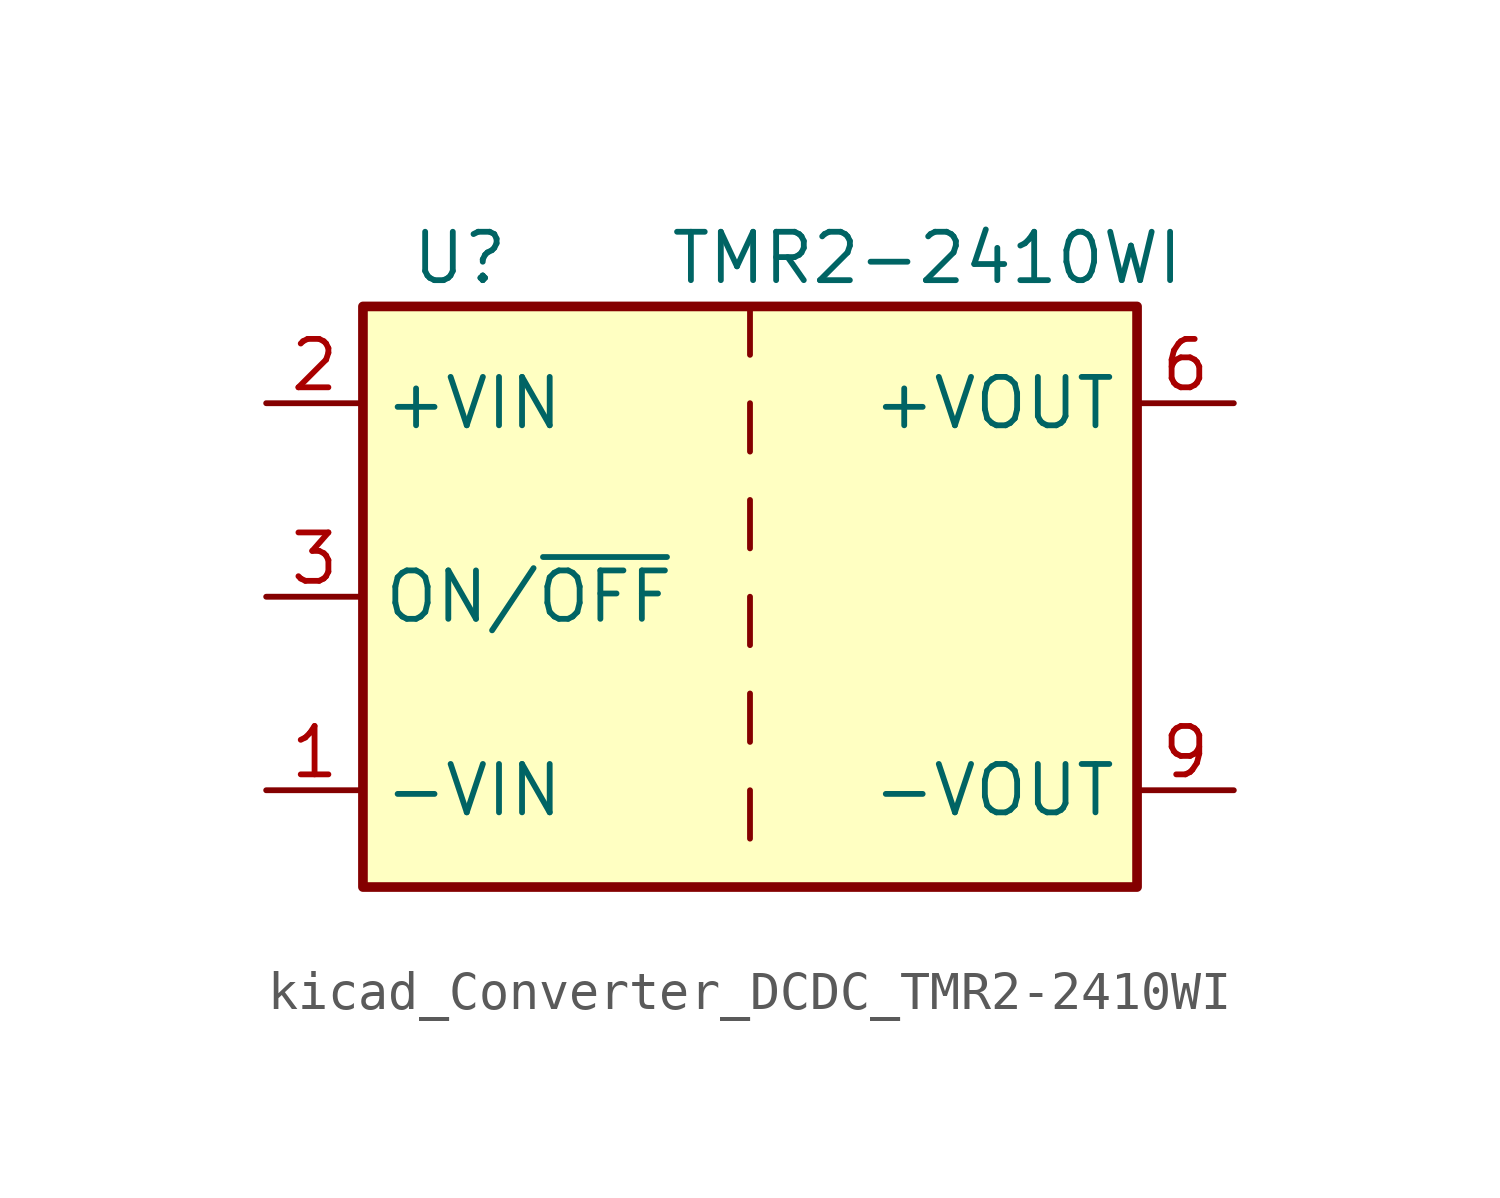
<source format=kicad_sym>
(kicad_symbol_lib
  (version 20220914)
  (generator kicad_symbol_editor)
  (symbol "kicad_Converter_DCDC_TMR2-2410WI"
    (property "Reference" "U"
      (at -7.62 8.89 0)
      (effects (font (size 1.27 1.27))))
    (property "Value" "TMR2-2410WI"
      (at 11.43 8.89 0)
      (effects (font (size 1.27 1.27)) (justify right)))
    (symbol "kicad_Converter_DCDC_TMR2-2410WI_0_1"
      (rectangle (start -10.16 7.62) (end 10.16 -7.62) (stroke (width 0.254) (type default)) (fill (type background)))
      (polyline (pts (xy 0 -5.08) (xy 0 -6.35)) (stroke (width 0) (type default)) (fill (type none)))
      (polyline (pts (xy 0 -2.54) (xy 0 -3.81)) (stroke (width 0) (type default)) (fill (type none)))
      (polyline (pts (xy 0 0) (xy 0 -1.27)) (stroke (width 0) (type default)) (fill (type none)))
      (polyline (pts (xy 0 2.54) (xy 0 1.27)) (stroke (width 0) (type default)) (fill (type none)))
      (polyline (pts (xy 0 5.08) (xy 0 3.81)) (stroke (width 0) (type default)) (fill (type none)))
      (polyline (pts (xy 0 7.62) (xy 0 6.35)) (stroke (width 0) (type default)) (fill (type none))))
    (symbol "kicad_Converter_DCDC_TMR2-2410WI_1_1"
      (pin power_in line (at -12.7 -5.08 0) (length 2.54) (name "-VIN" (effects (font (size 1.27 1.27)))) (number "1" (effects (font (size 1.27 1.27)))))
      (pin power_in line (at -12.7 5.08 0) (length 2.54) (name "+VIN" (effects (font (size 1.27 1.27)))) (number "2" (effects (font (size 1.27 1.27)))))
      (pin input line (at -12.7 0 0) (length 2.54) (name "ON/~{OFF}" (effects (font (size 1.27 1.27)))) (number "3" (effects (font (size 1.27 1.27)))))
      (pin power_out line (at 12.7 5.08 180) (length 2.54) (name "+VOUT" (effects (font (size 1.27 1.27)))) (number "6" (effects (font (size 1.27 1.27)))))
      (pin no_connect line (at 10.16 2.54 180) (length 2.54) hide (name "NC" (effects (font (size 1.27 1.27)))) (number "7" (effects (font (size 1.27 1.27)))))
      (pin no_connect line (at 10.16 0 180) (length 2.54) hide (name "NC" (effects (font (size 1.27 1.27)))) (number "8" (effects (font (size 1.27 1.27)))))
      (pin power_out line (at 12.7 -5.08 180) (length 2.54) (name "-VOUT" (effects (font (size 1.27 1.27)))) (number "9" (effects (font (size 1.27 1.27))))))))
</source>
